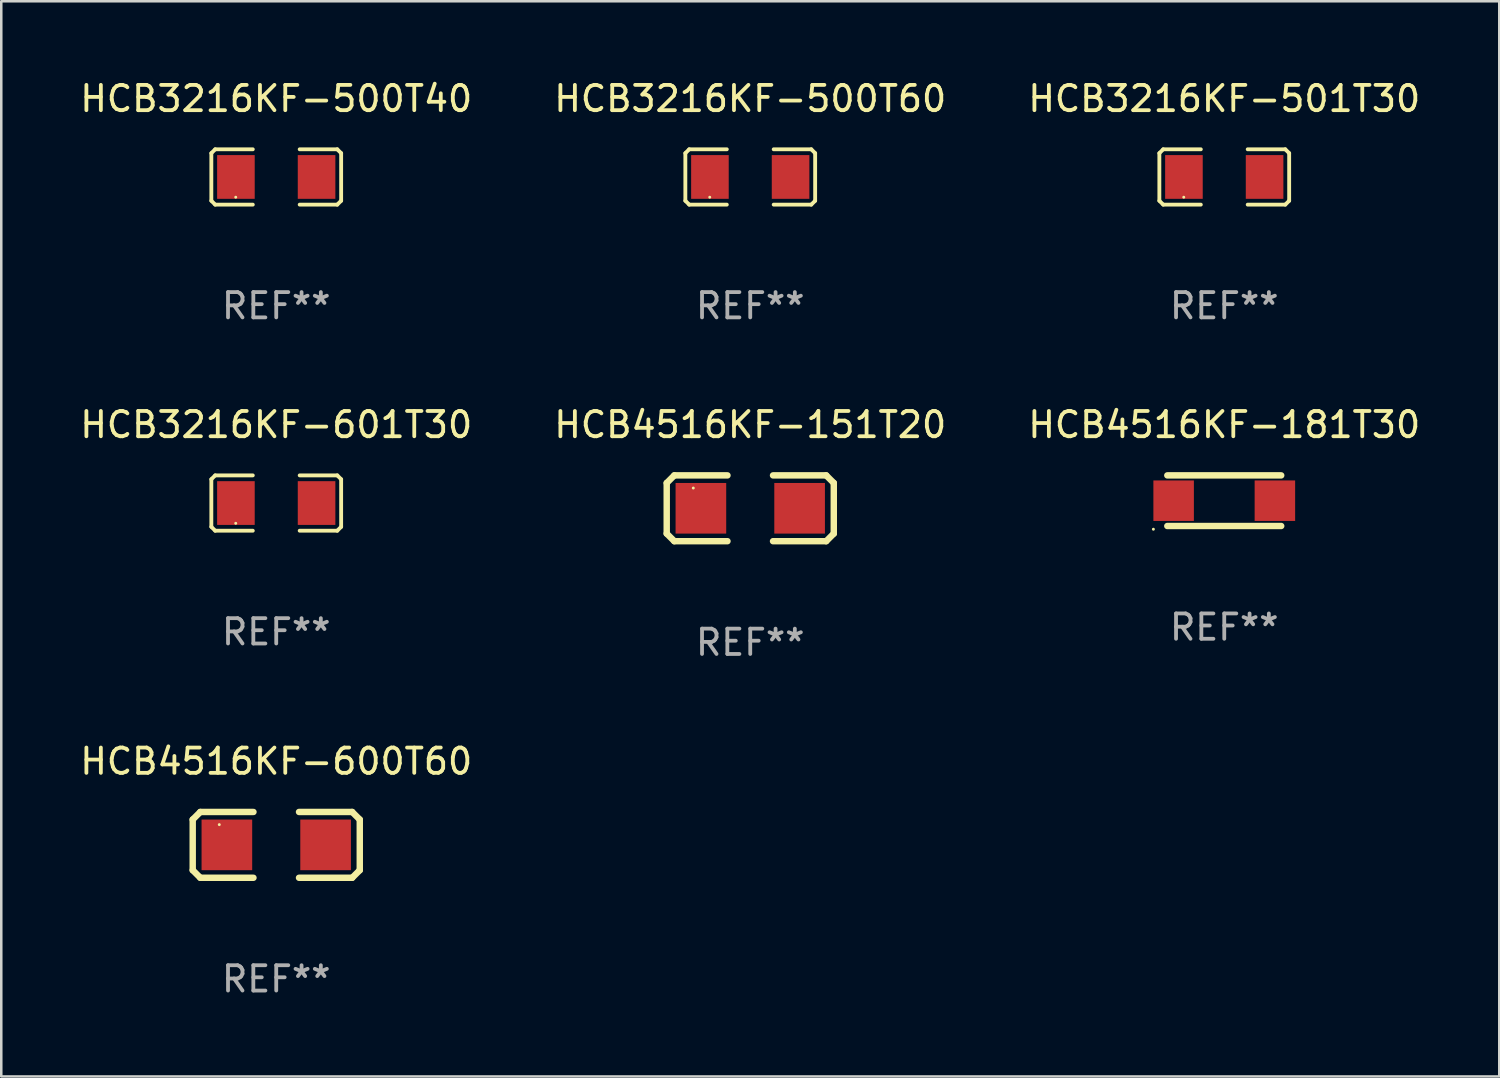
<source format=kicad_pcb>
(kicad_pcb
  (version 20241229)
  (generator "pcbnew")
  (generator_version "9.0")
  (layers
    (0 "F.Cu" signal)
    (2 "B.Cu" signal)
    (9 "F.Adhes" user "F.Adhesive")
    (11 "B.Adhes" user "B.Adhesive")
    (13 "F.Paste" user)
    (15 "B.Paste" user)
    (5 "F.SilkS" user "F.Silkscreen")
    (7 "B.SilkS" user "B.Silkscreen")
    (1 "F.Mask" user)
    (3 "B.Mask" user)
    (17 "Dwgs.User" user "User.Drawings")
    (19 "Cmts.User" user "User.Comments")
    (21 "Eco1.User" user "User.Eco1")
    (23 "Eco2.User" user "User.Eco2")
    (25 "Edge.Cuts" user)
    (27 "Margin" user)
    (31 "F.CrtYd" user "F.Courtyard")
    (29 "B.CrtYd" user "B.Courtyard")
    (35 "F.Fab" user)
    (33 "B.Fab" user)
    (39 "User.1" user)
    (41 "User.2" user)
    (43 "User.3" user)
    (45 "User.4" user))
  (footprint "HCB4516KF-600T60"
    (layer "F.Cu")
    (at 7.863 30.327)
    (property "Reference" "HCB4516KF-600T60" (at 0 -3.3 0) (layer "F.SilkS") (effects (font (size 1 1) (thickness 0.15))))
    (attr through_hole)
    (fp_line (start -3.3 -1) (end -3.3 1) (stroke (width 0.254) (type solid)) (layer "F.SilkS"))
    (fp_line (start -3.3 -1) (end -3 -1.3) (stroke (width 0.254) (type solid)) (layer "F.SilkS"))
    (fp_line (start -3 -1.3) (end -0.9 -1.3) (stroke (width 0.254) (type solid)) (layer "F.SilkS"))
    (fp_line (start -3 1.3) (end -3.3 1) (stroke (width 0.254) (type solid)) (layer "F.SilkS"))
    (fp_line (start -3 1.3) (end -0.9 1.3) (stroke (width 0.254) (type solid)) (layer "F.SilkS"))
    (fp_line (start 0.9 -1.3) (end 3 -1.3) (stroke (width 0.254) (type solid)) (layer "F.SilkS"))
    (fp_line (start 0.9 1.3) (end 3 1.3) (stroke (width 0.254) (type solid)) (layer "F.SilkS"))
    (fp_line (start 3 -1.3) (end 3.3 -1) (stroke (width 0.254) (type solid)) (layer "F.SilkS"))
    (fp_line (start 3 1.3) (end 3.3 1) (stroke (width 0.254) (type solid)) (layer "F.SilkS"))
    (fp_line (start 3.3 -1) (end 3.3 1) (stroke (width 0.254) (type solid)) (layer "F.SilkS"))
    (fp_circle (center -2.25 -0.8) (end -2.22 -0.8) (stroke (width 0.06) (type solid)) (fill no) (layer "F.SilkS"))
    (fp_text user "REF**" (at 0 5.3 0) (layer "F.Fab") (effects (font (size 1 1) (thickness 0.15))))
    (pad "1" smd rect (at -1.95 0) (size 2 2) (layers "F.Cu" "F.Mask" "F.Paste"))
    (pad "2" smd rect (at 1.95 0) (size 2 2) (layers "F.Cu" "F.Mask" "F.Paste")))
  (footprint "HCB4516KF-181T30"
    (layer "F.Cu")
    (at 45.315 16.73)
    (property "Reference" "HCB4516KF-181T30" (at 0 -3 0) (layer "F.SilkS") (effects (font (size 1 1) (thickness 0.15))))
    (attr through_hole)
    (fp_line (start -2.25 -1) (end 2.25 -1) (stroke (width 0.254) (type solid)) (layer "F.SilkS"))
    (fp_line (start -2.25 1) (end 2.25 1) (stroke (width 0.254) (type solid)) (layer "F.SilkS"))
    (fp_circle (center -2.8 1.127) (end -2.77 1.127) (stroke (width 0.06) (type solid)) (fill no) (layer "F.SilkS"))
    (fp_text user "REF**" (at 0 5 0) (layer "F.Fab") (effects (font (size 1 1) (thickness 0.15))))
    (pad "1" smd rect (at -2 0) (size 1.6 1.6) (layers "F.Cu" "F.Mask" "F.Paste"))
    (pad "2" smd rect (at 2 0) (size 1.6 1.6) (layers "F.Cu" "F.Mask" "F.Paste")))
  (footprint "HCB3216KF-500T40"
    (layer "F.Cu")
    (at 7.863 3.941)
    (property "Reference" "HCB3216KF-500T40" (at 0 -3.093 0) (layer "F.SilkS") (effects (font (size 1 1) (thickness 0.15))))
    (attr through_hole)
    (fp_line (start -2.564 -0.94) (end -2.411 -1.093) (stroke (width 0.152) (type solid)) (layer "F.SilkS"))
    (fp_line (start -2.564 0.94) (end -2.564 -0.94) (stroke (width 0.152) (type solid)) (layer "F.SilkS"))
    (fp_line (start -2.411 -1.093) (end -0.926 -1.093) (stroke (width 0.152) (type solid)) (layer "F.SilkS"))
    (fp_line (start -2.411 1.093) (end -2.564 0.94) (stroke (width 0.152) (type solid)) (layer "F.SilkS"))
    (fp_line (start -0.926 1.093) (end -2.411 1.093) (stroke (width 0.152) (type solid)) (layer "F.SilkS"))
    (fp_line (start 0.926 1.093) (end 2.411 1.093) (stroke (width 0.152) (type solid)) (layer "F.SilkS"))
    (fp_line (start 2.411 -1.093) (end 0.926 -1.093) (stroke (width 0.152) (type solid)) (layer "F.SilkS"))
    (fp_line (start 2.411 1.093) (end 2.564 0.94) (stroke (width 0.152) (type solid)) (layer "F.SilkS"))
    (fp_line (start 2.564 -0.94) (end 2.411 -1.093) (stroke (width 0.152) (type solid)) (layer "F.SilkS"))
    (fp_line (start 2.564 0.94) (end 2.564 -0.94) (stroke (width 0.152) (type solid)) (layer "F.SilkS"))
    (fp_circle (center -1.6 0.8) (end -1.57 0.8) (stroke (width 0.06) (type solid)) (fill no) (layer "F.SilkS"))
    (fp_text user "REF**" (at 0 5.093 0) (layer "F.Fab") (effects (font (size 1 1) (thickness 0.15))))
    (pad "1" smd rect (at -1.593 0) (size 1.485 1.728) (layers "F.Cu" "F.Mask" "F.Paste"))
    (pad "2" smd rect (at 1.593 0) (size 1.485 1.728) (layers "F.Cu" "F.Mask" "F.Paste")))
  (footprint "HCB3216KF-601T30"
    (layer "F.Cu")
    (at 7.863 16.823)
    (property "Reference" "HCB3216KF-601T30" (at 0 -3.093 0) (layer "F.SilkS") (effects (font (size 1 1) (thickness 0.15))))
    (attr through_hole)
    (fp_line (start -2.564 -0.94) (end -2.411 -1.093) (stroke (width 0.152) (type solid)) (layer "F.SilkS"))
    (fp_line (start -2.564 0.94) (end -2.564 -0.94) (stroke (width 0.152) (type solid)) (layer "F.SilkS"))
    (fp_line (start -2.411 -1.093) (end -0.926 -1.093) (stroke (width 0.152) (type solid)) (layer "F.SilkS"))
    (fp_line (start -2.411 1.093) (end -2.564 0.94) (stroke (width 0.152) (type solid)) (layer "F.SilkS"))
    (fp_line (start -0.926 1.093) (end -2.411 1.093) (stroke (width 0.152) (type solid)) (layer "F.SilkS"))
    (fp_line (start 0.926 1.093) (end 2.411 1.093) (stroke (width 0.152) (type solid)) (layer "F.SilkS"))
    (fp_line (start 2.411 -1.093) (end 0.926 -1.093) (stroke (width 0.152) (type solid)) (layer "F.SilkS"))
    (fp_line (start 2.411 1.093) (end 2.564 0.94) (stroke (width 0.152) (type solid)) (layer "F.SilkS"))
    (fp_line (start 2.564 -0.94) (end 2.411 -1.093) (stroke (width 0.152) (type solid)) (layer "F.SilkS"))
    (fp_line (start 2.564 0.94) (end 2.564 -0.94) (stroke (width 0.152) (type solid)) (layer "F.SilkS"))
    (fp_circle (center -1.6 0.8) (end -1.57 0.8) (stroke (width 0.06) (type solid)) (fill no) (layer "F.SilkS"))
    (fp_text user "REF**" (at 0 5.093 0) (layer "F.Fab") (effects (font (size 1 1) (thickness 0.15))))
    (pad "1" smd rect (at -1.593 0) (size 1.485 1.728) (layers "F.Cu" "F.Mask" "F.Paste"))
    (pad "2" smd rect (at 1.593 0) (size 1.485 1.728) (layers "F.Cu" "F.Mask" "F.Paste")))
  (footprint "HCB4516KF-151T20"
    (layer "F.Cu")
    (at 26.589 17.03)
    (property "Reference" "HCB4516KF-151T20" (at 0 -3.3 0) (layer "F.SilkS") (effects (font (size 1 1) (thickness 0.15))))
    (attr through_hole)
    (fp_line (start -3.3 -1) (end -3.3 1) (stroke (width 0.254) (type solid)) (layer "F.SilkS"))
    (fp_line (start -3.3 -1) (end -3 -1.3) (stroke (width 0.254) (type solid)) (layer "F.SilkS"))
    (fp_line (start -3 -1.3) (end -0.9 -1.3) (stroke (width 0.254) (type solid)) (layer "F.SilkS"))
    (fp_line (start -3 1.3) (end -3.3 1) (stroke (width 0.254) (type solid)) (layer "F.SilkS"))
    (fp_line (start -3 1.3) (end -0.9 1.3) (stroke (width 0.254) (type solid)) (layer "F.SilkS"))
    (fp_line (start 0.9 -1.3) (end 3 -1.3) (stroke (width 0.254) (type solid)) (layer "F.SilkS"))
    (fp_line (start 0.9 1.3) (end 3 1.3) (stroke (width 0.254) (type solid)) (layer "F.SilkS"))
    (fp_line (start 3 -1.3) (end 3.3 -1) (stroke (width 0.254) (type solid)) (layer "F.SilkS"))
    (fp_line (start 3 1.3) (end 3.3 1) (stroke (width 0.254) (type solid)) (layer "F.SilkS"))
    (fp_line (start 3.3 -1) (end 3.3 1) (stroke (width 0.254) (type solid)) (layer "F.SilkS"))
    (fp_circle (center -2.25 -0.8) (end -2.22 -0.8) (stroke (width 0.06) (type solid)) (fill no) (layer "F.SilkS"))
    (fp_text user "REF**" (at 0 5.3 0) (layer "F.Fab") (effects (font (size 1 1) (thickness 0.15))))
    (pad "1" smd rect (at -1.95 0) (size 2 2) (layers "F.Cu" "F.Mask" "F.Paste"))
    (pad "2" smd rect (at 1.95 0) (size 2 2) (layers "F.Cu" "F.Mask" "F.Paste")))
  (footprint "HCB3216KF-501T30"
    (layer "F.Cu")
    (at 45.315 3.941)
    (property "Reference" "HCB3216KF-501T30" (at 0 -3.093 0) (layer "F.SilkS") (effects (font (size 1 1) (thickness 0.15))))
    (attr through_hole)
    (fp_line (start -2.564 -0.94) (end -2.411 -1.093) (stroke (width 0.152) (type solid)) (layer "F.SilkS"))
    (fp_line (start -2.564 0.94) (end -2.564 -0.94) (stroke (width 0.152) (type solid)) (layer "F.SilkS"))
    (fp_line (start -2.411 -1.093) (end -0.926 -1.093) (stroke (width 0.152) (type solid)) (layer "F.SilkS"))
    (fp_line (start -2.411 1.093) (end -2.564 0.94) (stroke (width 0.152) (type solid)) (layer "F.SilkS"))
    (fp_line (start -0.926 1.093) (end -2.411 1.093) (stroke (width 0.152) (type solid)) (layer "F.SilkS"))
    (fp_line (start 0.926 1.093) (end 2.411 1.093) (stroke (width 0.152) (type solid)) (layer "F.SilkS"))
    (fp_line (start 2.411 -1.093) (end 0.926 -1.093) (stroke (width 0.152) (type solid)) (layer "F.SilkS"))
    (fp_line (start 2.411 1.093) (end 2.564 0.94) (stroke (width 0.152) (type solid)) (layer "F.SilkS"))
    (fp_line (start 2.564 -0.94) (end 2.411 -1.093) (stroke (width 0.152) (type solid)) (layer "F.SilkS"))
    (fp_line (start 2.564 0.94) (end 2.564 -0.94) (stroke (width 0.152) (type solid)) (layer "F.SilkS"))
    (fp_circle (center -1.6 0.8) (end -1.57 0.8) (stroke (width 0.06) (type solid)) (fill no) (layer "F.SilkS"))
    (fp_text user "REF**" (at 0 5.093 0) (layer "F.Fab") (effects (font (size 1 1) (thickness 0.15))))
    (pad "1" smd rect (at -1.593 0) (size 1.485 1.728) (layers "F.Cu" "F.Mask" "F.Paste"))
    (pad "2" smd rect (at 1.593 0) (size 1.485 1.728) (layers "F.Cu" "F.Mask" "F.Paste")))
  (footprint "HCB3216KF-500T60"
    (layer "F.Cu")
    (at 26.589 3.941)
    (property "Reference" "HCB3216KF-500T60" (at 0 -3.093 0) (layer "F.SilkS") (effects (font (size 1 1) (thickness 0.15))))
    (attr through_hole)
    (fp_line (start -2.564 -0.94) (end -2.411 -1.093) (stroke (width 0.152) (type solid)) (layer "F.SilkS"))
    (fp_line (start -2.564 0.94) (end -2.564 -0.94) (stroke (width 0.152) (type solid)) (layer "F.SilkS"))
    (fp_line (start -2.411 -1.093) (end -0.926 -1.093) (stroke (width 0.152) (type solid)) (layer "F.SilkS"))
    (fp_line (start -2.411 1.093) (end -2.564 0.94) (stroke (width 0.152) (type solid)) (layer "F.SilkS"))
    (fp_line (start -0.926 1.093) (end -2.411 1.093) (stroke (width 0.152) (type solid)) (layer "F.SilkS"))
    (fp_line (start 0.926 1.093) (end 2.411 1.093) (stroke (width 0.152) (type solid)) (layer "F.SilkS"))
    (fp_line (start 2.411 -1.093) (end 0.926 -1.093) (stroke (width 0.152) (type solid)) (layer "F.SilkS"))
    (fp_line (start 2.411 1.093) (end 2.564 0.94) (stroke (width 0.152) (type solid)) (layer "F.SilkS"))
    (fp_line (start 2.564 -0.94) (end 2.411 -1.093) (stroke (width 0.152) (type solid)) (layer "F.SilkS"))
    (fp_line (start 2.564 0.94) (end 2.564 -0.94) (stroke (width 0.152) (type solid)) (layer "F.SilkS"))
    (fp_circle (center -1.6 0.8) (end -1.57 0.8) (stroke (width 0.06) (type solid)) (fill no) (layer "F.SilkS"))
    (fp_text user "REF**" (at 0 5.093 0) (layer "F.Fab") (effects (font (size 1 1) (thickness 0.15))))
    (pad "1" smd rect (at -1.593 0) (size 1.485 1.728) (layers "F.Cu" "F.Mask" "F.Paste"))
    (pad "2" smd rect (at 1.593 0) (size 1.485 1.728) (layers "F.Cu" "F.Mask" "F.Paste")))
  (gr_rect
    (start -3 -3)
    (end 56.179 39.475)
    (stroke (width 0.1) (type default))
    (fill no)
    (layer "Edge.Cuts")))
</source>
